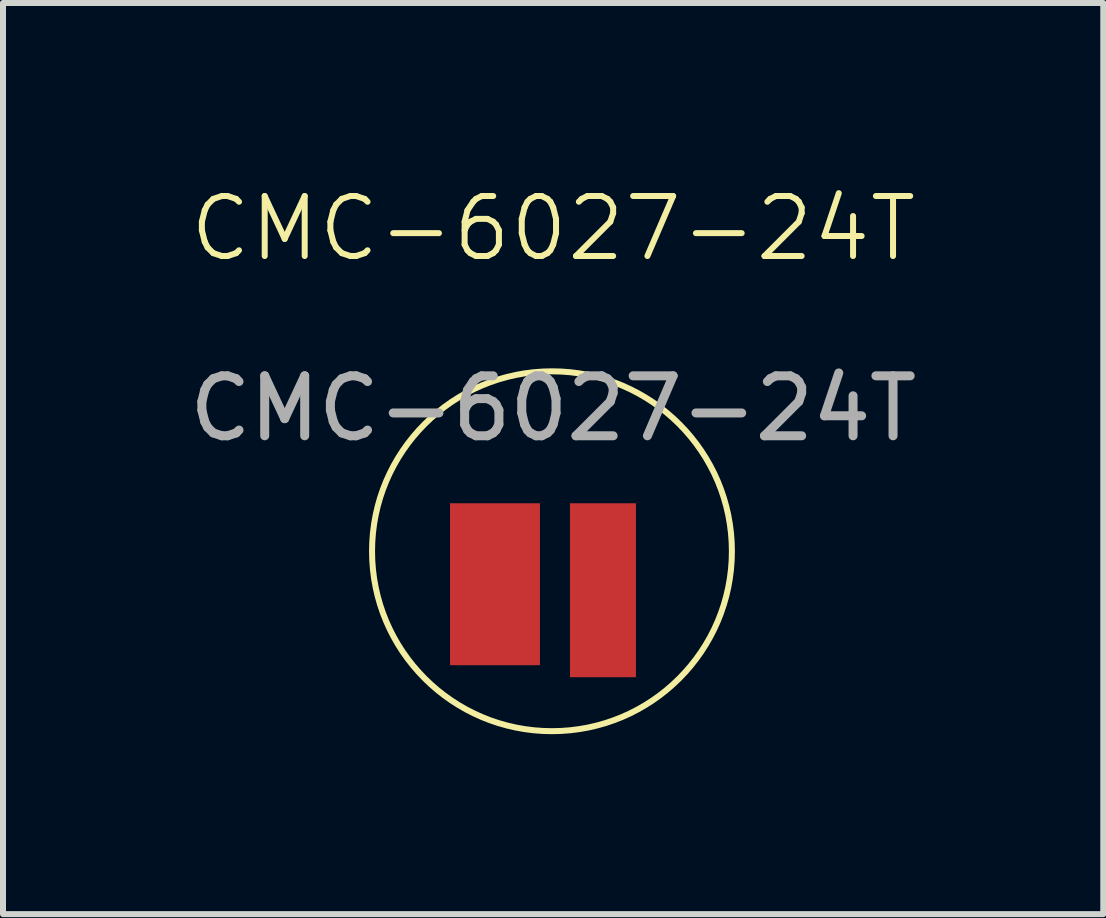
<source format=kicad_pcb>
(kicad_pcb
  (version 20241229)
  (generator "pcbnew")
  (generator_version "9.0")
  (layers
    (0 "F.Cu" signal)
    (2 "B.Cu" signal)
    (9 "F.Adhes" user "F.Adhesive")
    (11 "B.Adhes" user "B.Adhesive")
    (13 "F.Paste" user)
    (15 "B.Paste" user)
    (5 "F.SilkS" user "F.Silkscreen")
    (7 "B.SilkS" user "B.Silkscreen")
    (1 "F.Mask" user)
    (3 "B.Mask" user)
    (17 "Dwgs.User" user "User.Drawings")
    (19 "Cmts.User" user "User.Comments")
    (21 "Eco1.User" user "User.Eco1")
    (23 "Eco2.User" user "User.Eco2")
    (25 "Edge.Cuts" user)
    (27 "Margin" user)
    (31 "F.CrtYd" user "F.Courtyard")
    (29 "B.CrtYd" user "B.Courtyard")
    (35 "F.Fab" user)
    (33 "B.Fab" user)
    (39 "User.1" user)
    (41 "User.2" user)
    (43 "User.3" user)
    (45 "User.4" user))
  (footprint "CMC-6027-24T"
    (layer "F.Cu")
    (at 5.203 6.691)
    (property "Reference" "CMC-6027-24T" (at 0.97 -5.93 0) (unlocked yes) (layer "F.SilkS") (effects (font (size 1 1) (thickness 0.1))))
    (attr smd)
    (fp_circle (center 0.95 -0.55) (end 3.95 -0.55) (stroke (width 0.1) (type default)) (fill no) (layer "F.SilkS"))
    (fp_text user "${REFERENCE}" (at 0.97 -2.93 0) (unlocked yes) (layer "F.Fab") (effects (font (size 1 1) (thickness 0.15))))
    (pad "1" smd rect (at 1.8 0.1) (size 1.1 2.9) (layers "F.Cu" "F.Mask" "F.Paste"))
    (pad "2" smd rect (at 0 0) (size 1.5 2.7) (layers "F.Cu" "F.Mask" "F.Paste")))
  (gr_rect
    (start -3 -3)
    (end 15.345 12.191)
    (stroke (width 0.1) (type default))
    (fill no)
    (layer "Edge.Cuts")))
</source>
